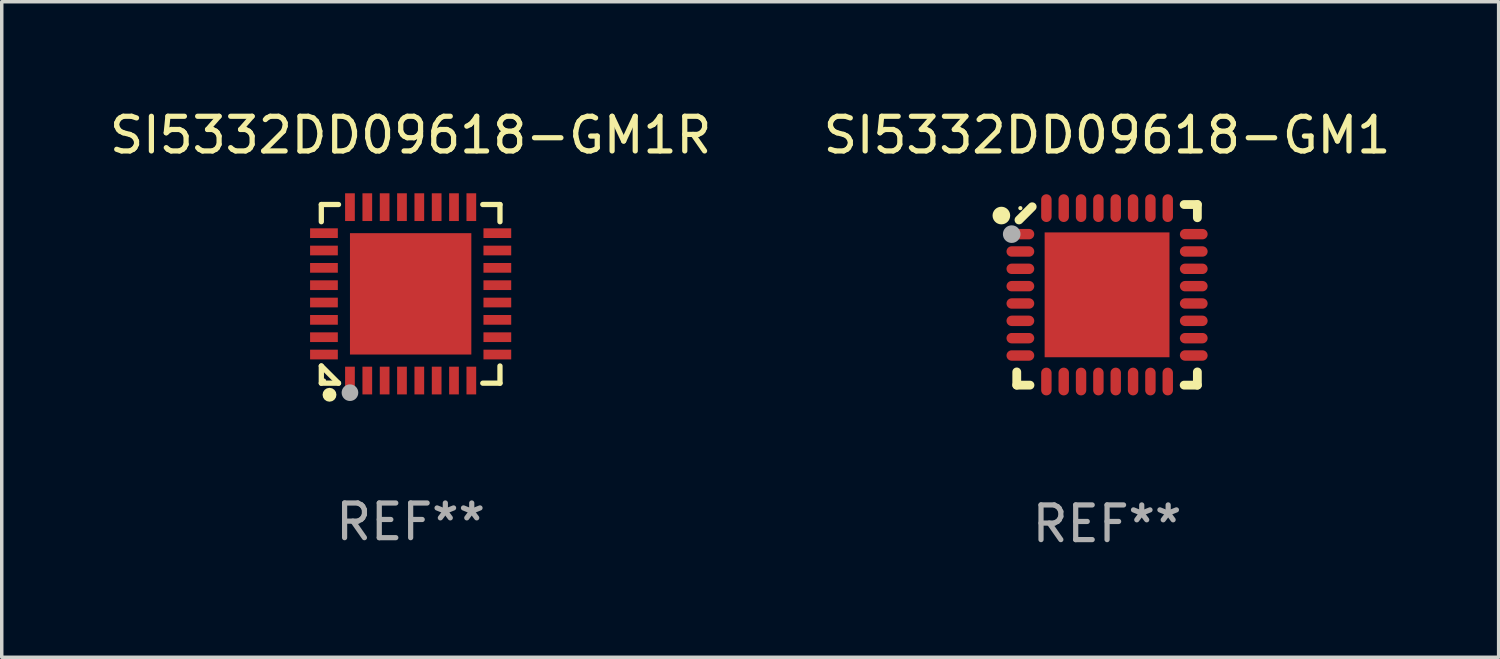
<source format=kicad_pcb>
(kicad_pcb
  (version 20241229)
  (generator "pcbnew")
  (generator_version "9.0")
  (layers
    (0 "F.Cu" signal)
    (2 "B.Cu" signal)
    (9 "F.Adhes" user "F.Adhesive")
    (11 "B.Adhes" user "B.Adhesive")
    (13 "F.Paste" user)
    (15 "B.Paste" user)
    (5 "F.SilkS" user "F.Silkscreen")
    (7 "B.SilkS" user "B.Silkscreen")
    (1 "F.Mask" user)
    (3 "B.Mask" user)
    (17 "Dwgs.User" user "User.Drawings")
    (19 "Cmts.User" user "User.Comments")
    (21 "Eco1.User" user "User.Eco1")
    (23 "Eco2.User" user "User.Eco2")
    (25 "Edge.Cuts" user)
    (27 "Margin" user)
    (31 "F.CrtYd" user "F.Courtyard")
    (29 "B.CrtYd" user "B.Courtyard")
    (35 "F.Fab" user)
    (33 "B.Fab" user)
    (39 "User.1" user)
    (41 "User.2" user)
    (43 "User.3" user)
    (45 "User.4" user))
  (footprint "SI5332DD09618-GM1R"
    (layer "F.Cu")
    (at 8.792 5.424)
    (property "Reference" "SI5332DD09618-GM1R" (at 0 -4.576 0) (layer "F.SilkS") (effects (font (size 1 1) (thickness 0.15))))
    (attr through_hole)
    (fp_line (start -2.576 -2.576) (end -2.08 -2.576) (stroke (width 0.152) (type solid)) (layer "F.SilkS"))
    (fp_line (start -2.576 -2.08) (end -2.576 -2.576) (stroke (width 0.152) (type solid)) (layer "F.SilkS"))
    (fp_line (start -2.576 2.08) (end -2.576 2.576) (stroke (width 0.152) (type solid)) (layer "F.SilkS"))
    (fp_line (start -2.576 2.08) (end -2.08 2.576) (stroke (width 0.152) (type solid)) (layer "F.SilkS"))
    (fp_line (start -2.576 2.576) (end -2.08 2.576) (stroke (width 0.152) (type solid)) (layer "F.SilkS"))
    (fp_line (start 2.576 -2.576) (end 2.08 -2.576) (stroke (width 0.152) (type solid)) (layer "F.SilkS"))
    (fp_line (start 2.576 -2.08) (end 2.576 -2.576) (stroke (width 0.152) (type solid)) (layer "F.SilkS"))
    (fp_line (start 2.576 2.08) (end 2.576 2.576) (stroke (width 0.152) (type solid)) (layer "F.SilkS"))
    (fp_line (start 2.576 2.576) (end 2.08 2.576) (stroke (width 0.152) (type solid)) (layer "F.SilkS"))
    (fp_circle (center -2.5 2.5) (end -2.47 2.5) (stroke (width 0.06) (type solid)) (fill no) (layer "F.SilkS"))
    (fp_circle (center -2.34 2.91) (end -2.24 2.91) (stroke (width 0.2) (type solid)) (fill no) (layer "F.SilkS"))
    (fp_circle (center -1.75 2.85) (end -1.63 2.85) (stroke (width 0.24) (type solid)) (fill no) (layer "F.Fab"))
    (fp_text user "REF**" (at 0 6.576 0) (layer "F.Fab") (effects (font (size 1 1) (thickness 0.15))))
    (pad "1" smd rect (at -1.75 2.5) (size 0.28 0.8) (layers "F.Cu" "F.Mask" "F.Paste"))
    (pad "2" smd rect (at -1.25 2.5) (size 0.28 0.8) (layers "F.Cu" "F.Mask" "F.Paste"))
    (pad "3" smd rect (at -0.75 2.5) (size 0.28 0.8) (layers "F.Cu" "F.Mask" "F.Paste"))
    (pad "4" smd rect (at -0.25 2.5) (size 0.28 0.8) (layers "F.Cu" "F.Mask" "F.Paste"))
    (pad "5" smd rect (at 0.25 2.5) (size 0.28 0.8) (layers "F.Cu" "F.Mask" "F.Paste"))
    (pad "6" smd rect (at 0.75 2.5) (size 0.28 0.8) (layers "F.Cu" "F.Mask" "F.Paste"))
    (pad "7" smd rect (at 1.25 2.5) (size 0.28 0.8) (layers "F.Cu" "F.Mask" "F.Paste"))
    (pad "8" smd rect (at 1.75 2.5) (size 0.28 0.8) (layers "F.Cu" "F.Mask" "F.Paste"))
    (pad "9" smd rect (at 2.5 1.75) (size 0.8 0.28) (layers "F.Cu" "F.Mask" "F.Paste"))
    (pad "10" smd rect (at 2.5 1.25) (size 0.8 0.28) (layers "F.Cu" "F.Mask" "F.Paste"))
    (pad "11" smd rect (at 2.5 0.75) (size 0.8 0.28) (layers "F.Cu" "F.Mask" "F.Paste"))
    (pad "12" smd rect (at 2.5 0.25) (size 0.8 0.28) (layers "F.Cu" "F.Mask" "F.Paste"))
    (pad "13" smd rect (at 2.5 -0.25) (size 0.8 0.28) (layers "F.Cu" "F.Mask" "F.Paste"))
    (pad "14" smd rect (at 2.5 -0.75) (size 0.8 0.28) (layers "F.Cu" "F.Mask" "F.Paste"))
    (pad "15" smd rect (at 2.5 -1.25) (size 0.8 0.28) (layers "F.Cu" "F.Mask" "F.Paste"))
    (pad "16" smd rect (at 2.5 -1.75) (size 0.8 0.28) (layers "F.Cu" "F.Mask" "F.Paste"))
    (pad "17" smd rect (at 1.75 -2.5) (size 0.28 0.8) (layers "F.Cu" "F.Mask" "F.Paste"))
    (pad "18" smd rect (at 1.25 -2.5) (size 0.28 0.8) (layers "F.Cu" "F.Mask" "F.Paste"))
    (pad "19" smd rect (at 0.75 -2.5) (size 0.28 0.8) (layers "F.Cu" "F.Mask" "F.Paste"))
    (pad "20" smd rect (at 0.25 -2.5) (size 0.28 0.8) (layers "F.Cu" "F.Mask" "F.Paste"))
    (pad "21" smd rect (at -0.25 -2.5) (size 0.28 0.8) (layers "F.Cu" "F.Mask" "F.Paste"))
    (pad "22" smd rect (at -0.75 -2.5) (size 0.28 0.8) (layers "F.Cu" "F.Mask" "F.Paste"))
    (pad "23" smd rect (at -1.25 -2.5) (size 0.28 0.8) (layers "F.Cu" "F.Mask" "F.Paste"))
    (pad "24" smd rect (at -1.75 -2.5) (size 0.28 0.8) (layers "F.Cu" "F.Mask" "F.Paste"))
    (pad "25" smd rect (at -2.5 -1.75) (size 0.8 0.28) (layers "F.Cu" "F.Mask" "F.Paste"))
    (pad "26" smd rect (at -2.5 -1.25) (size 0.8 0.28) (layers "F.Cu" "F.Mask" "F.Paste"))
    (pad "27" smd rect (at -2.5 -0.75) (size 0.8 0.28) (layers "F.Cu" "F.Mask" "F.Paste"))
    (pad "28" smd rect (at -2.5 -0.25) (size 0.8 0.28) (layers "F.Cu" "F.Mask" "F.Paste"))
    (pad "29" smd rect (at -2.5 0.25) (size 0.8 0.28) (layers "F.Cu" "F.Mask" "F.Paste"))
    (pad "30" smd rect (at -2.5 0.75) (size 0.8 0.28) (layers "F.Cu" "F.Mask" "F.Paste"))
    (pad "31" smd rect (at -2.5 1.25) (size 0.8 0.28) (layers "F.Cu" "F.Mask" "F.Paste"))
    (pad "32" smd rect (at -2.5 1.75) (size 0.8 0.28) (layers "F.Cu" "F.Mask" "F.Paste"))
    (pad "33" smd rect (at 0 0) (size 3.5 3.5) (layers "F.Cu" "F.Mask" "F.Paste")))
  (footprint "SI5332DD09618-GM1"
    (layer "F.Cu")
    (at 28.875 5.452)
    (property "Reference" "SI5332DD09618-GM1" (at 0 -4.604 0) (layer "F.SilkS") (effects (font (size 1 1) (thickness 0.15))))
    (attr through_hole)
    (fp_line (start -2.604 2.223) (end -2.604 2.604) (stroke (width 0.254) (type solid)) (layer "F.SilkS"))
    (fp_line (start -2.604 2.604) (end -2.223 2.604) (stroke (width 0.254) (type solid)) (layer "F.SilkS"))
    (fp_line (start -2.159 -2.54) (end -2.54 -2.159) (stroke (width 0.254) (type solid)) (layer "F.SilkS"))
    (fp_line (start 2.223 2.604) (end 2.604 2.604) (stroke (width 0.254) (type solid)) (layer "F.SilkS"))
    (fp_line (start 2.604 -2.604) (end 2.223 -2.604) (stroke (width 0.254) (type solid)) (layer "F.SilkS"))
    (fp_line (start 2.604 -2.223) (end 2.604 -2.604) (stroke (width 0.254) (type solid)) (layer "F.SilkS"))
    (fp_line (start 2.604 2.604) (end 2.604 2.223) (stroke (width 0.254) (type solid)) (layer "F.SilkS"))
    (fp_circle (center -3.048 -2.286) (end -2.921 -2.286) (stroke (width 0.254) (type solid)) (fill no) (layer "F.SilkS"))
    (fp_circle (center -2.5 -2.5) (end -2.47 -2.5) (stroke (width 0.06) (type solid)) (fill no) (layer "F.SilkS"))
    (fp_circle (center -2.75 -1.75) (end -2.623 -1.75) (stroke (width 0.254) (type solid)) (fill no) (layer "F.Fab"))
    (fp_text user "REF**" (at 0 6.604 0) (layer "F.Fab") (effects (font (size 1 1) (thickness 0.15))))
    (pad "1" smd oval (at -2.5 -1.75) (size 0.8 0.3) (layers "F.Cu" "F.Mask" "F.Paste"))
    (pad "2" smd oval (at -2.5 -1.25) (size 0.8 0.3) (layers "F.Cu" "F.Mask" "F.Paste"))
    (pad "3" smd oval (at -2.5 -0.75) (size 0.8 0.3) (layers "F.Cu" "F.Mask" "F.Paste"))
    (pad "4" smd oval (at -2.5 -0.25) (size 0.8 0.3) (layers "F.Cu" "F.Mask" "F.Paste"))
    (pad "5" smd oval (at -2.5 0.25) (size 0.8 0.3) (layers "F.Cu" "F.Mask" "F.Paste"))
    (pad "6" smd oval (at -2.5 0.75) (size 0.8 0.3) (layers "F.Cu" "F.Mask" "F.Paste"))
    (pad "7" smd oval (at -2.5 1.25) (size 0.8 0.3) (layers "F.Cu" "F.Mask" "F.Paste"))
    (pad "8" smd oval (at -2.5 1.75) (size 0.8 0.3) (layers "F.Cu" "F.Mask" "F.Paste"))
    (pad "9" smd oval (at -1.75 2.5) (size 0.3 0.8) (layers "F.Cu" "F.Mask" "F.Paste"))
    (pad "10" smd oval (at -1.25 2.5) (size 0.3 0.8) (layers "F.Cu" "F.Mask" "F.Paste"))
    (pad "11" smd oval (at -0.75 2.5) (size 0.3 0.8) (layers "F.Cu" "F.Mask" "F.Paste"))
    (pad "12" smd oval (at -0.25 2.5) (size 0.3 0.8) (layers "F.Cu" "F.Mask" "F.Paste"))
    (pad "13" smd oval (at 0.25 2.5) (size 0.3 0.8) (layers "F.Cu" "F.Mask" "F.Paste"))
    (pad "14" smd oval (at 0.75 2.5) (size 0.3 0.8) (layers "F.Cu" "F.Mask" "F.Paste"))
    (pad "15" smd oval (at 1.25 2.5) (size 0.3 0.8) (layers "F.Cu" "F.Mask" "F.Paste"))
    (pad "16" smd oval (at 1.75 2.5) (size 0.3 0.8) (layers "F.Cu" "F.Mask" "F.Paste"))
    (pad "17" smd oval (at 2.5 1.75) (size 0.8 0.3) (layers "F.Cu" "F.Mask" "F.Paste"))
    (pad "18" smd oval (at 2.5 1.25) (size 0.8 0.3) (layers "F.Cu" "F.Mask" "F.Paste"))
    (pad "19" smd oval (at 2.5 0.75) (size 0.8 0.3) (layers "F.Cu" "F.Mask" "F.Paste"))
    (pad "20" smd oval (at 2.5 0.25) (size 0.8 0.3) (layers "F.Cu" "F.Mask" "F.Paste"))
    (pad "21" smd oval (at 2.5 -0.25) (size 0.8 0.3) (layers "F.Cu" "F.Mask" "F.Paste"))
    (pad "22" smd oval (at 2.5 -0.75) (size 0.8 0.3) (layers "F.Cu" "F.Mask" "F.Paste"))
    (pad "23" smd oval (at 2.5 -1.25) (size 0.8 0.3) (layers "F.Cu" "F.Mask" "F.Paste"))
    (pad "24" smd oval (at 2.5 -1.75) (size 0.8 0.3) (layers "F.Cu" "F.Mask" "F.Paste"))
    (pad "25" smd oval (at 1.75 -2.5) (size 0.3 0.8) (layers "F.Cu" "F.Mask" "F.Paste"))
    (pad "26" smd oval (at 1.25 -2.5) (size 0.3 0.8) (layers "F.Cu" "F.Mask" "F.Paste"))
    (pad "27" smd oval (at 0.75 -2.5) (size 0.3 0.8) (layers "F.Cu" "F.Mask" "F.Paste"))
    (pad "28" smd oval (at 0.25 -2.5) (size 0.3 0.8) (layers "F.Cu" "F.Mask" "F.Paste"))
    (pad "29" smd oval (at -0.25 -2.5) (size 0.3 0.8) (layers "F.Cu" "F.Mask" "F.Paste"))
    (pad "30" smd oval (at -0.75 -2.5) (size 0.3 0.8) (layers "F.Cu" "F.Mask" "F.Paste"))
    (pad "31" smd oval (at -1.25 -2.5) (size 0.3 0.8) (layers "F.Cu" "F.Mask" "F.Paste"))
    (pad "32" smd oval (at -1.75 -2.5) (size 0.3 0.8) (layers "F.Cu" "F.Mask" "F.Paste"))
    (pad "33" smd rect (at -0.000076 0) (size 3.6 3.6) (layers "F.Cu" "F.Mask" "F.Paste")))
  (gr_rect
    (start -3 -3)
    (end 40.167 15.904)
    (stroke (width 0.1) (type default))
    (fill no)
    (layer "Edge.Cuts")))
</source>
